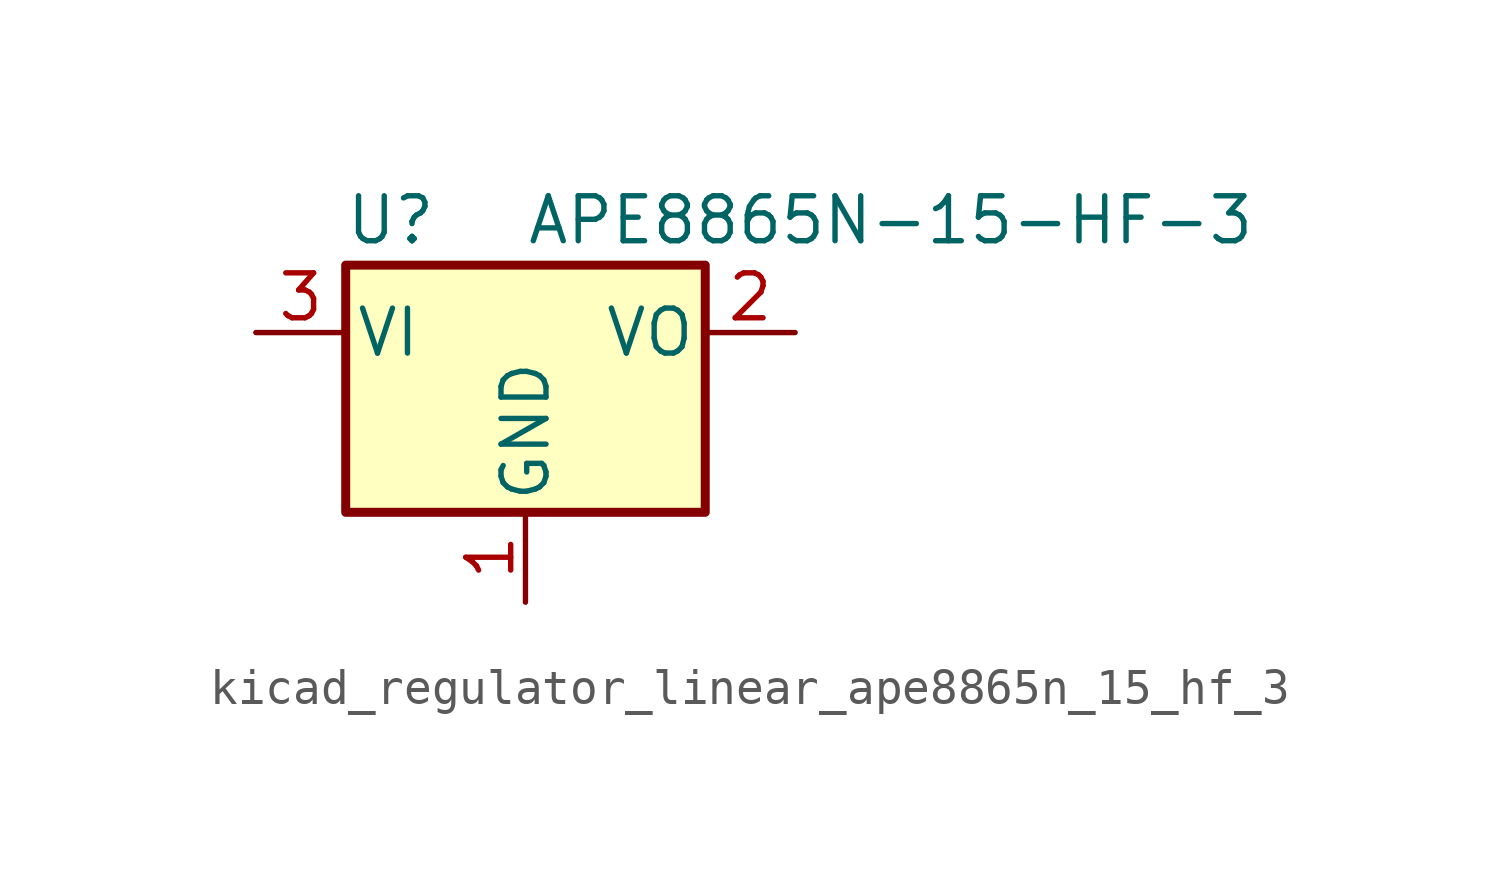
<source format=kicad_sym>
(kicad_symbol_lib
  (version 20220914)
  (generator kicad_symbol_editor)
  (symbol "kicad_regulator_linear_ape8865n_15_hf_3"
    (pin_names
      (offset 0.254))
    (property "Reference" "U"
      (at -3.81 3.175 0)
      (effects (font (size 1.27 1.27))))
    (property "Value" "APE8865N-15-HF-3"
      (at 0 3.175 0)
      (effects (font (size 1.27 1.27)) (justify left)))
    (symbol "kicad_regulator_linear_ape8865n_15_hf_3_0_1"
      (rectangle (start -5.08 1.905) (end 5.08 -5.08) (stroke (width 0.254) (type default)) (fill (type background))))
    (symbol "kicad_regulator_linear_ape8865n_15_hf_3_1_1"
      (pin power_in line (at 0 -7.62 90) (length 2.54) (name "GND" (effects (font (size 1.27 1.27)))) (number "1" (effects (font (size 1.27 1.27)))))
      (pin power_out line (at 7.62 0 180) (length 2.54) (name "VO" (effects (font (size 1.27 1.27)))) (number "2" (effects (font (size 1.27 1.27)))))
      (pin power_in line (at -7.62 0 0) (length 2.54) (name "VI" (effects (font (size 1.27 1.27)))) (number "3" (effects (font (size 1.27 1.27))))))))
</source>
